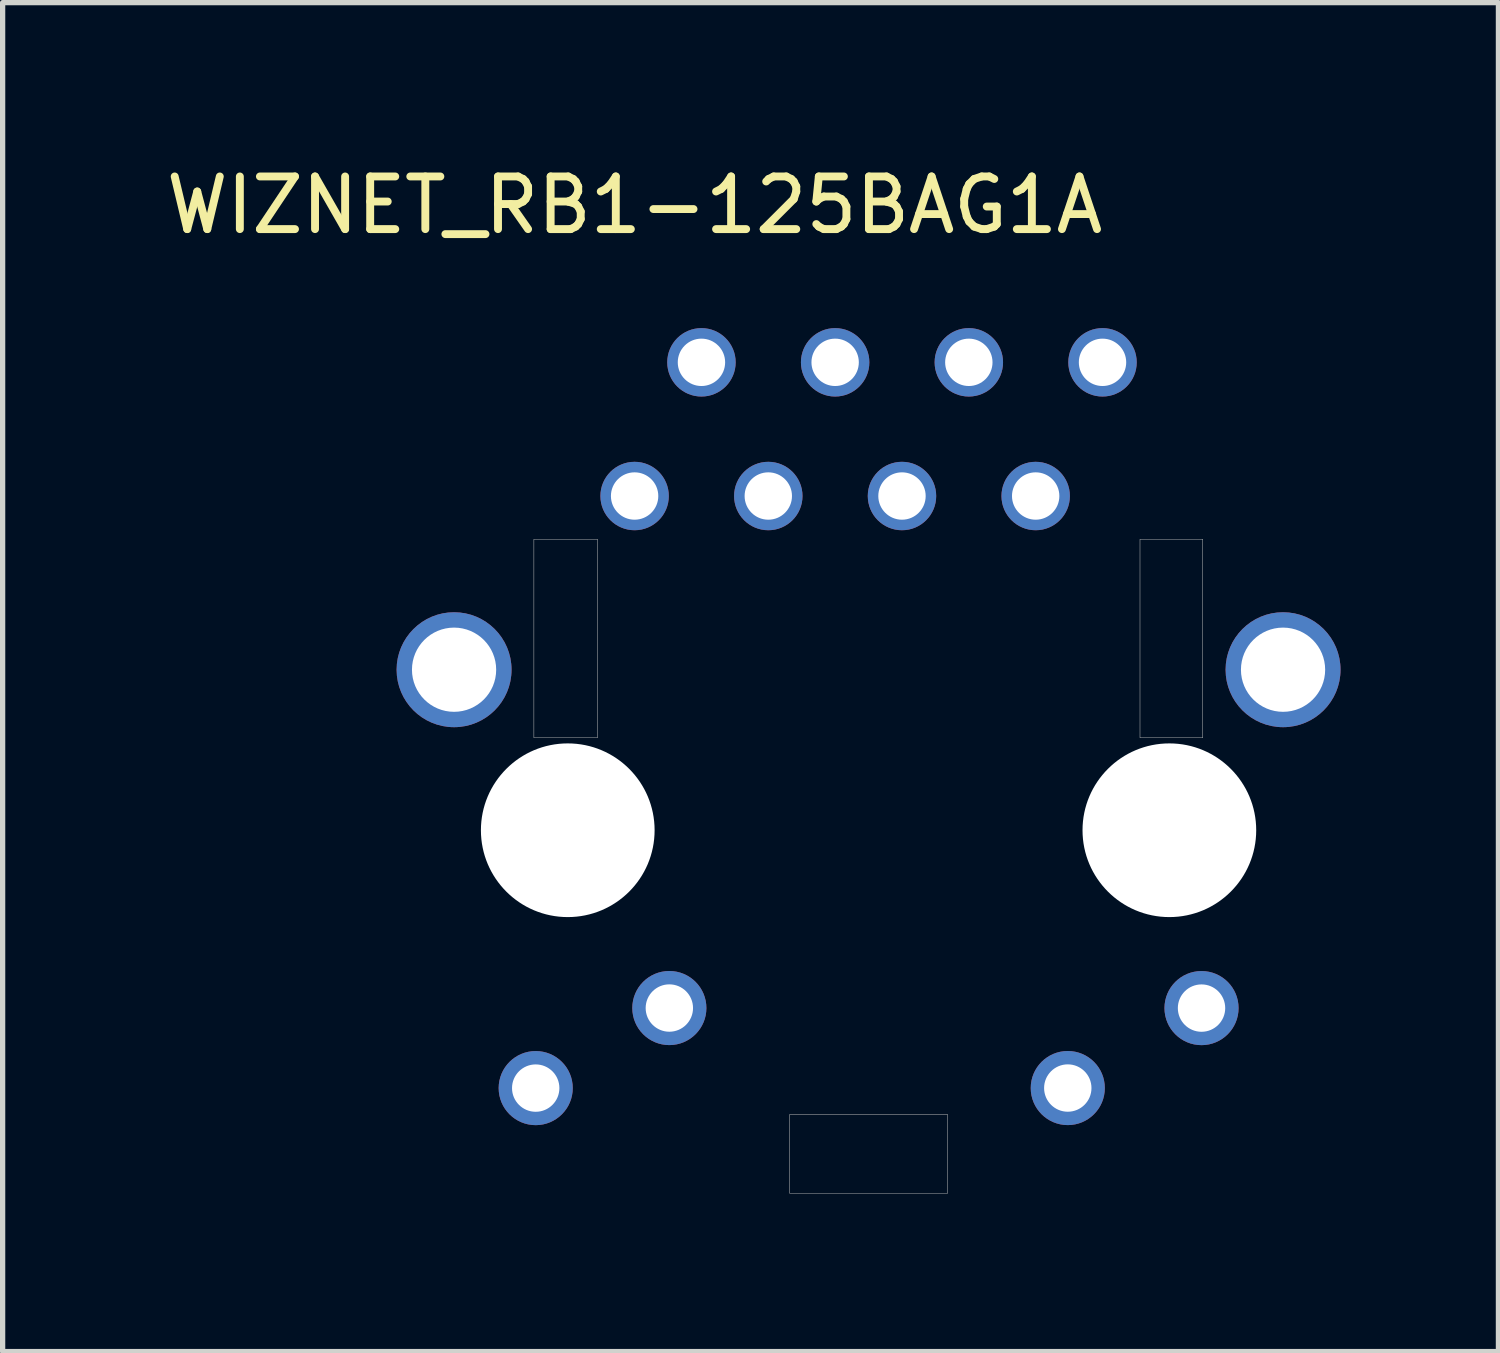
<source format=kicad_pcb>
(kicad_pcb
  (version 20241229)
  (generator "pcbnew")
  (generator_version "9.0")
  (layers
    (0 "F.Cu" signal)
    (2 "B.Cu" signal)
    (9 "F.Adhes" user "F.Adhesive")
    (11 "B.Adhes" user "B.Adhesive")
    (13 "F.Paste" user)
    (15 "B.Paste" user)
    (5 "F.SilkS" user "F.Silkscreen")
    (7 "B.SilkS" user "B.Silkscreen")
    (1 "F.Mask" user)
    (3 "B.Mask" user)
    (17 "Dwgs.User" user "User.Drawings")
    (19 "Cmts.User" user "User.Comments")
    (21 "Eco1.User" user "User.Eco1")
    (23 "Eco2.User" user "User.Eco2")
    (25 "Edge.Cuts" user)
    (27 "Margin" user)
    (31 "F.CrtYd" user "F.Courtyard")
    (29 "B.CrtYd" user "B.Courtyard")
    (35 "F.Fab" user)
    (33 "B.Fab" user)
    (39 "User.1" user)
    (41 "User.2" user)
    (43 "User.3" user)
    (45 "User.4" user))
  (footprint "WIZNET_RB1-125BAG1A"
    (layer "F.Cu")
    (at 13.453 12.723)
    (property "Reference" "WIZNET_RB1-125BAG1A" (at -4.446 -11.875 0) (layer "F.SilkS") (effects (font (size 1 1) (thickness 0.15))))
    (attr through_hole)
    (fp_poly (pts (xy -6.36 -5.528) (xy -5.15 -5.528) (xy -5.15 -1.756) (xy -6.36 -1.756)) (stroke (width 0.01) (type solid)) (fill no) (layer "F.Fab"))
    (fp_poly (pts (xy -1.5 5.4) (xy 1.5 5.4) (xy 1.5 6.9) (xy -1.5 6.9)) (stroke (width 0.01) (type solid)) (fill no) (layer "F.Fab"))
    (fp_poly (pts (xy 5.156 -5.528) (xy 6.348 -5.528) (xy 6.348 -1.756) (xy 5.156 -1.756)) (stroke (width 0.01) (type solid)) (fill no) (layer "F.Fab"))
    (pad "" np_thru_hole circle (at -5.716 0.001) (size 3.3 3.3) (drill 3.3) (layers "*.Cu" "*.Mask"))
    (pad "" np_thru_hole circle (at 5.714 0.001) (size 3.3 3.3) (drill 3.3) (layers "*.Cu" "*.Mask"))
    (pad "L1" thru_hole circle (at 6.325 3.38) (size 1.408 1.408) (drill 0.9) (layers "*.Cu" "*.Mask"))
    (pad "L2" thru_hole circle (at 3.784 4.899) (size 1.408 1.408) (drill 0.9) (layers "*.Cu" "*.Mask"))
    (pad "L3" thru_hole circle (at -3.786 3.379) (size 1.408 1.408) (drill 0.9) (layers "*.Cu" "*.Mask"))
    (pad "L4" thru_hole circle (at -6.325 4.9) (size 1.408 1.408) (drill 0.9) (layers "*.Cu" "*.Mask"))
    (pad "R1" thru_hole circle (at -4.446 -6.349) (size 1.3 1.3) (drill 0.9) (layers "*.Cu" "*.Mask"))
    (pad "R2" thru_hole circle (at -3.176 -8.889) (size 1.3 1.3) (drill 0.9) (layers "*.Cu" "*.Mask"))
    (pad "R3" thru_hole circle (at -1.906 -6.349) (size 1.3 1.3) (drill 0.9) (layers "*.Cu" "*.Mask"))
    (pad "R4" thru_hole circle (at -0.636 -8.889) (size 1.3 1.3) (drill 0.9) (layers "*.Cu" "*.Mask"))
    (pad "R5" thru_hole circle (at 0.634 -6.349) (size 1.3 1.3) (drill 0.9) (layers "*.Cu" "*.Mask"))
    (pad "R6" thru_hole circle (at 1.904 -8.889) (size 1.3 1.3) (drill 0.9) (layers "*.Cu" "*.Mask"))
    (pad "R7" thru_hole circle (at 3.174 -6.349) (size 1.3 1.3) (drill 0.9) (layers "*.Cu" "*.Mask"))
    (pad "R8" thru_hole circle (at 4.444 -8.889) (size 1.3 1.3) (drill 0.9) (layers "*.Cu" "*.Mask"))
    (pad "S1" thru_hole circle (at -7.876 -3.049) (size 2.184 2.184) (drill 1.6) (layers "*.Cu" "*.Mask"))
    (pad "S2" thru_hole circle (at 7.874 -3.049) (size 2.184 2.184) (drill 1.6) (layers "*.Cu" "*.Mask")))
  (gr_rect
    (start -3 -3)
    (end 25.419 22.629)
    (stroke (width 0.1) (type default))
    (fill no)
    (layer "Edge.Cuts")))
</source>
